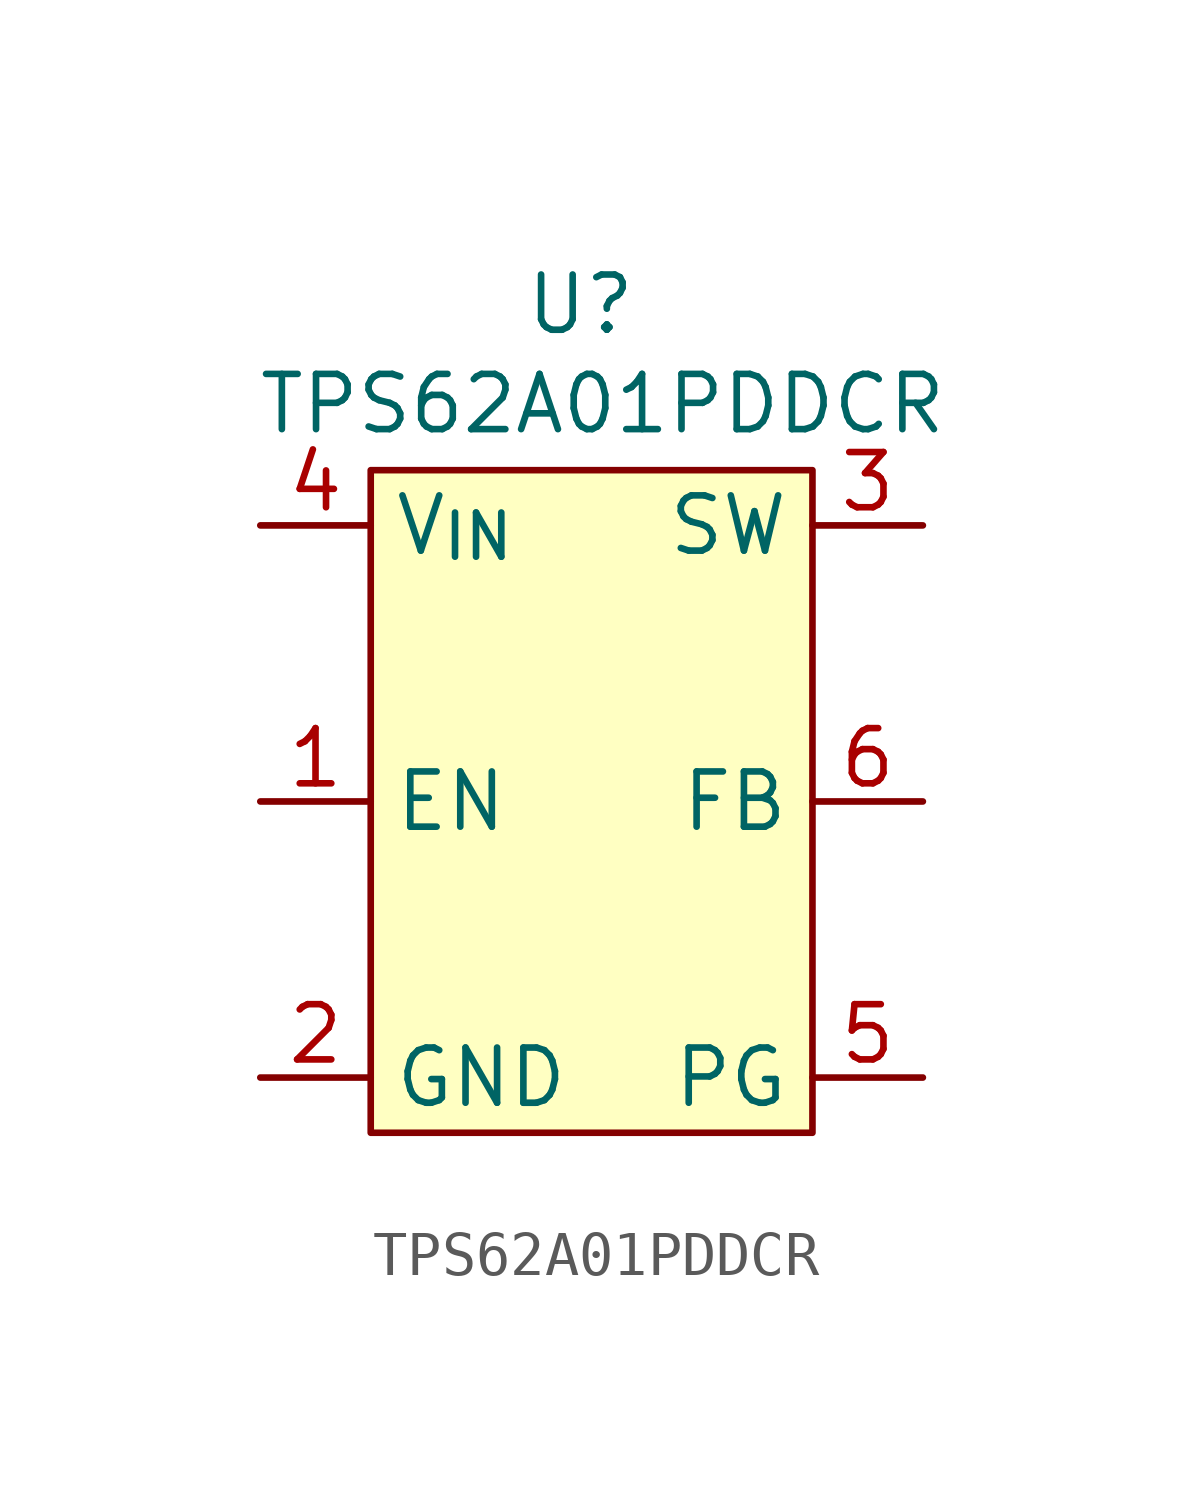
<source format=kicad_sym>
(kicad_symbol_lib
  (version 20231120)
  (generator "kicad_symbol_editor")
  (generator_version "8.0")
  (symbol "TPS62A01PDDCR"
    (property "Reference" "U"
      (at -0.254 11.43 0)
      (effects (font (size 1.27 1.27))))
    (property "Value" "TPS62A01PDDCR"
      (at 0.254 9.144 0)
      (effects (font (size 1.27 1.27))))
    (symbol "TPS62A01PDDCR_1_1"
      (rectangle (start -5.08 7.62) (end 5.08 -7.62) (stroke (width 0) (type default)) (fill (type background)))
      (pin input line (at -7.62 0 0) (length 2.54) (name "EN" (effects (font (size 1.27 1.27)))) (number "1" (effects (font (size 1.27 1.27)))))
      (pin power_in line (at -7.62 -6.35 0) (length 2.54) (name "GND" (effects (font (size 1.27 1.27)))) (number "2" (effects (font (size 1.27 1.27)))))
      (pin output line (at 7.62 6.35 180) (length 2.54) (name "SW" (effects (font (size 1.27 1.27)))) (number "3" (effects (font (size 1.27 1.27)))))
      (pin power_in line (at -7.62 6.35 0) (length 2.54) (name "V_{IN}" (effects (font (size 1.27 1.27)))) (number "4" (effects (font (size 1.27 1.27)))))
      (pin output line (at 7.62 -6.35 180) (length 2.54) (name "PG" (effects (font (size 1.27 1.27)))) (number "5" (effects (font (size 1.27 1.27)))))
      (pin input line (at 7.62 0 180) (length 2.54) (name "FB" (effects (font (size 1.27 1.27)))) (number "6" (effects (font (size 1.27 1.27))))))))
</source>
